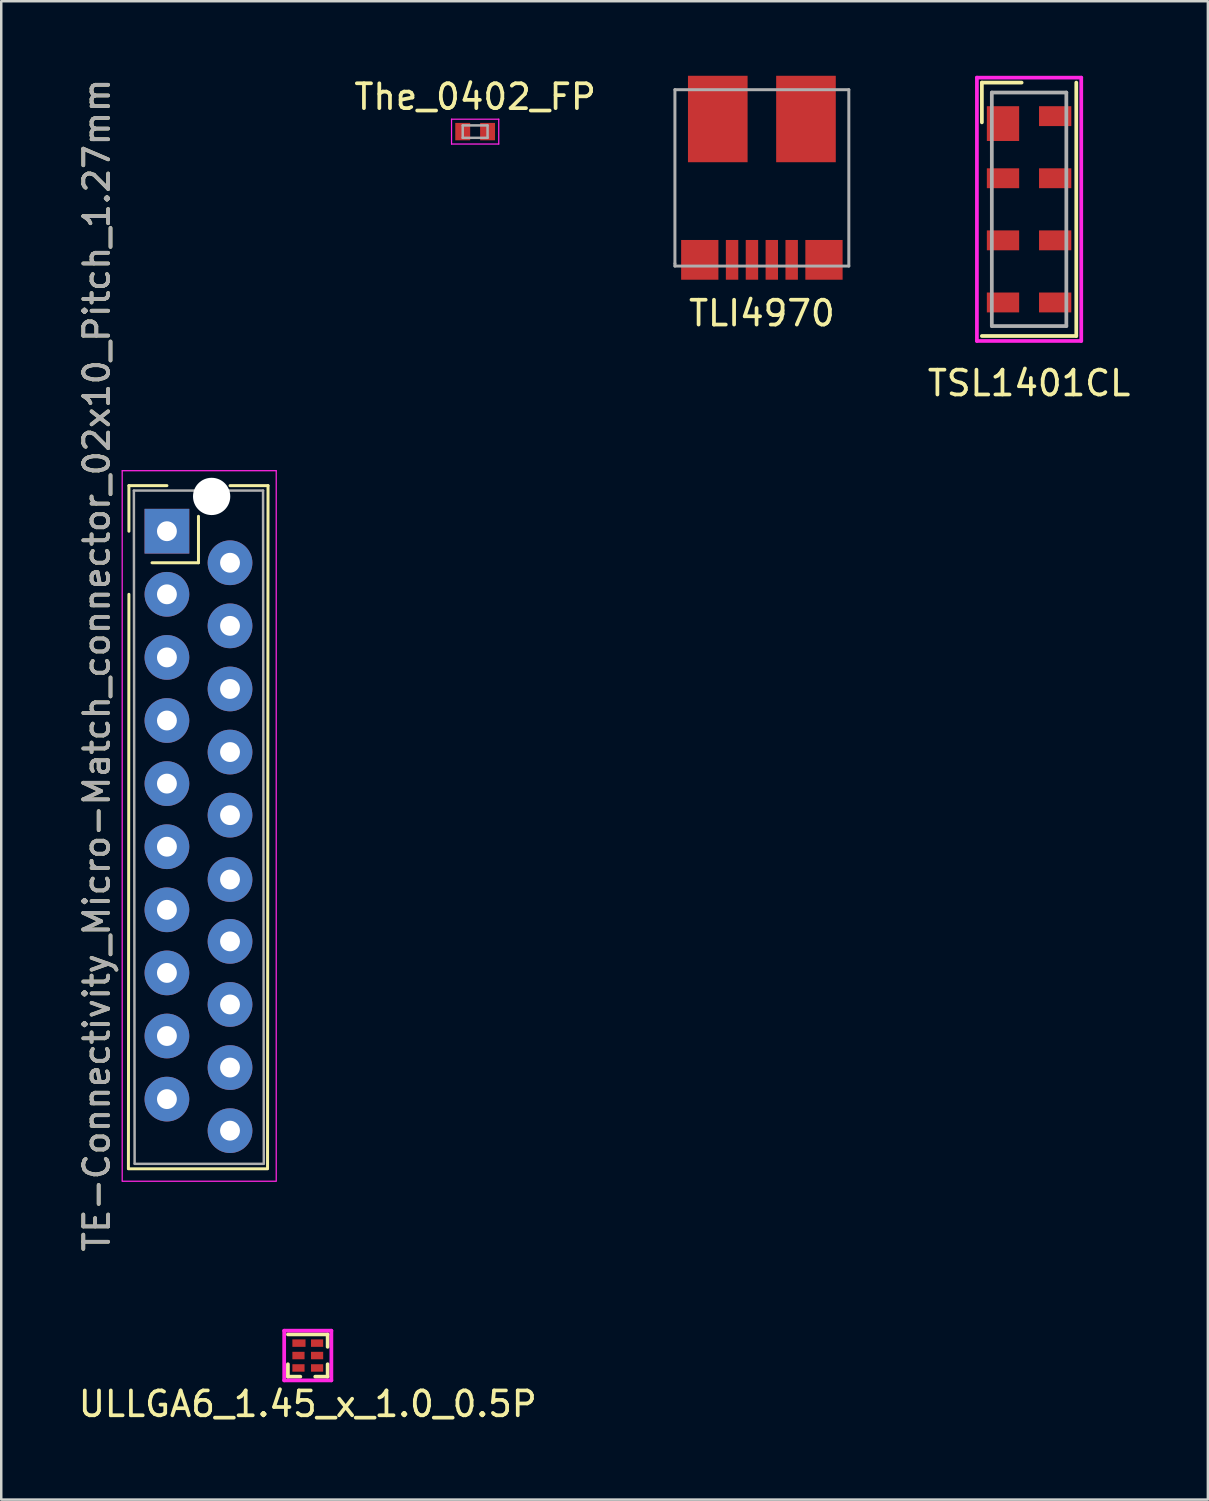
<source format=kicad_pcb>
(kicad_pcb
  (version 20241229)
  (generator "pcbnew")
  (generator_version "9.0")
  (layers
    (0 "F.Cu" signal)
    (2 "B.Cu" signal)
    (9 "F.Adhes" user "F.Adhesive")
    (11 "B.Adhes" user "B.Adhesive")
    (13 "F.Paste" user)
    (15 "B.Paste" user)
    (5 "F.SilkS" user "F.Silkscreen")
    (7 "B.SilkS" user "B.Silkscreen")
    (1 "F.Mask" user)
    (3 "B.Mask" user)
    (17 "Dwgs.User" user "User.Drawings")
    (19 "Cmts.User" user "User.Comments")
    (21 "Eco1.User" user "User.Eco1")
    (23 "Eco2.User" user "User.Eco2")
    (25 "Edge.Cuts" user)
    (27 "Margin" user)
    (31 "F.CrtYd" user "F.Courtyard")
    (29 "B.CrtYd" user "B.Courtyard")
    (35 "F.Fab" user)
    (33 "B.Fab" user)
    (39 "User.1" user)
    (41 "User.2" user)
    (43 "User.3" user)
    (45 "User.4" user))
  (footprint "TE-Connectivity_Micro-Match_connector_02x10_Pitch_1.27mm"
    (layer "F.Cu")
    (at 3.669 18.333)
    (property "Reference" "TE-Connectivity_Micro-Match_connector_02x10_Pitch_1.27mm" (at -2.821 5.388 90) (layer "F.SilkS") (effects (font (size 1 1) (thickness 0.15))))
    (attr through_hole)
    (fp_line (start -1.55 25.665) (end 4.05 25.665) (stroke (width 0.12) (type solid)) (layer "F.SilkS"))
    (fp_line (start -1.53 -1.835) (end 0 -1.835) (stroke (width 0.12) (type solid)) (layer "F.SilkS"))
    (fp_line (start -1.53 0) (end -1.53 -1.835) (stroke (width 0.12) (type solid)) (layer "F.SilkS"))
    (fp_line (start -1.53 2.54) (end -1.55 25.65) (stroke (width 0.12) (type solid)) (layer "F.SilkS"))
    (fp_line (start 1.27 -0.6) (end 1.27 1.27) (stroke (width 0.12) (type solid)) (layer "F.SilkS"))
    (fp_line (start 1.27 1.27) (end -0.6 1.27) (stroke (width 0.12) (type solid)) (layer "F.SilkS"))
    (fp_line (start 2.54 -1.835) (end 4.07 -1.835) (stroke (width 0.12) (type solid)) (layer "F.SilkS"))
    (fp_line (start 4.07 -1.835) (end 4.05 25.65) (stroke (width 0.12) (type solid)) (layer "F.SilkS"))
    (fp_line (start -1.8 -2.435) (end 4.4 -2.435) (stroke (width 0.05) (type solid)) (layer "F.CrtYd"))
    (fp_line (start -1.8 26.15) (end -1.8 -2.435) (stroke (width 0.05) (type solid)) (layer "F.CrtYd"))
    (fp_line (start -1.8 26.165) (end 4.4 26.165) (stroke (width 0.05) (type solid)) (layer "F.CrtYd"))
    (fp_line (start 4.4 26.15) (end 4.4 -2.435) (stroke (width 0.05) (type solid)) (layer "F.CrtYd"))
    (fp_line (start -1.33 -1.635) (end -1.3 25.45) (stroke (width 0.1) (type solid)) (layer "F.Fab"))
    (fp_line (start -1.33 -1.635) (end 3.87 -1.635) (stroke (width 0.1) (type solid)) (layer "F.Fab"))
    (fp_line (start -1.3 25.465) (end 3.9 25.465) (stroke (width 0.1) (type solid)) (layer "F.Fab"))
    (fp_line (start 3.87 -1.635) (end 3.9 25.45) (stroke (width 0.1) (type solid)) (layer "F.Fab"))
    (fp_text user "${REFERENCE}" (at -2.821 5.388 90) (layer "F.Fab") (effects (font (size 1 1) (thickness 0.15))))
    (pad "" np_thru_hole circle (at 1.8 -1.4) (size 1.5 1.5) (drill 1.5) (layers "*.Cu" "*.Mask"))
    (pad "1" thru_hole rect (at 0 0) (size 1.8 1.8) (drill 0.8) (layers "*.Cu" "*.Mask"))
    (pad "2" thru_hole circle (at 2.54 1.27) (size 1.8 1.8) (drill 0.8) (layers "*.Cu" "*.Mask"))
    (pad "3" thru_hole circle (at 0 2.54) (size 1.8 1.8) (drill 0.8) (layers "*.Cu" "*.Mask"))
    (pad "4" thru_hole circle (at 2.54 3.81) (size 1.8 1.8) (drill 0.8) (layers "*.Cu" "*.Mask"))
    (pad "5" thru_hole circle (at 0 5.08) (size 1.8 1.8) (drill 0.8) (layers "*.Cu" "*.Mask"))
    (pad "6" thru_hole circle (at 2.54 6.35) (size 1.8 1.8) (drill 0.8) (layers "*.Cu" "*.Mask"))
    (pad "7" thru_hole circle (at 0 7.62) (size 1.8 1.8) (drill 0.8) (layers "*.Cu" "*.Mask"))
    (pad "8" thru_hole circle (at 2.54 8.89) (size 1.8 1.8) (drill 0.8) (layers "*.Cu" "*.Mask"))
    (pad "9" thru_hole circle (at 0 10.16) (size 1.8 1.8) (drill 0.8) (layers "*.Cu" "*.Mask"))
    (pad "10" thru_hole circle (at 2.54 11.43) (size 1.8 1.8) (drill 0.8) (layers "*.Cu" "*.Mask"))
    (pad "11" thru_hole circle (at 0 12.7) (size 1.8 1.8) (drill 0.8) (layers "*.Cu" "*.Mask"))
    (pad "12" thru_hole circle (at 2.54 14.02) (size 1.8 1.8) (drill 0.8) (layers "*.Cu" "*.Mask"))
    (pad "13" thru_hole circle (at 0 15.24) (size 1.8 1.8) (drill 0.8) (layers "*.Cu" "*.Mask"))
    (pad "14" thru_hole circle (at 2.54 16.51) (size 1.8 1.8) (drill 0.8) (layers "*.Cu" "*.Mask"))
    (pad "15" thru_hole circle (at 0 17.78) (size 1.8 1.8) (drill 0.8) (layers "*.Cu" "*.Mask"))
    (pad "16" thru_hole circle (at 2.54 19.05) (size 1.8 1.8) (drill 0.8) (layers "*.Cu" "*.Mask"))
    (pad "17" thru_hole circle (at 0 20.32) (size 1.8 1.8) (drill 0.8) (layers "*.Cu" "*.Mask"))
    (pad "18" thru_hole circle (at 2.54 21.59) (size 1.8 1.8) (drill 0.8) (layers "*.Cu" "*.Mask"))
    (pad "19" thru_hole circle (at 0 22.86) (size 1.8 1.8) (drill 0.8) (layers "*.Cu" "*.Mask"))
    (pad "20" thru_hole circle (at 2.54 24.13) (size 1.8 1.8) (drill 0.8) (layers "*.Cu" "*.Mask")))
  (footprint "TLI4970"
    (layer "F.Cu")
    (at 27.618 4.06)
    (property "Reference" "TLI4970" (at 0 5.5 0) (layer "F.SilkS") (effects (font (size 1 1) (thickness 0.15))))
    (attr through_hole)
    (fp_line (start -3.5 -3.5) (end 3.5 -3.5) (stroke (width 0.12) (type solid)) (layer "F.Fab"))
    (fp_line (start -3.5 3.5) (end -3.5 -3.5) (stroke (width 0.12) (type solid)) (layer "F.Fab"))
    (fp_line (start -3.5 3.6) (end -3.5 3.5) (stroke (width 0.12) (type solid)) (layer "F.Fab"))
    (fp_line (start 3.5 -3.5) (end 3.5 3.6) (stroke (width 0.12) (type solid)) (layer "F.Fab"))
    (fp_line (start 3.5 3.6) (end -3.5 3.6) (stroke (width 0.12) (type solid)) (layer "F.Fab"))
    (pad "1" smd rect (at -2.5 3.35 180) (size 1.5 1.6) (layers "F.Cu" "F.Mask" "F.Paste"))
    (pad "2" smd rect (at -1.2 3.35 180) (size 0.5 1.6) (layers "F.Cu" "F.Mask" "F.Paste"))
    (pad "3" smd rect (at -0.4 3.35 180) (size 0.5 1.6) (layers "F.Cu" "F.Mask" "F.Paste"))
    (pad "4" smd rect (at 0.4 3.35 180) (size 0.5 1.6) (layers "F.Cu" "F.Mask" "F.Paste"))
    (pad "5" smd rect (at 1.2 3.35 180) (size 0.5 1.6) (layers "F.Cu" "F.Mask" "F.Paste"))
    (pad "6" smd rect (at 2.5 3.35 180) (size 1.5 1.6) (layers "F.Cu" "F.Mask" "F.Paste"))
    (pad "7" smd rect (at 1.775 -2.32 180) (size 2.4 3.48) (layers "F.Cu" "F.Mask" "F.Paste"))
    (pad "8" smd rect (at -1.775 -2.32 180) (size 2.4 3.48) (layers "F.Cu" "F.Mask" "F.Paste")))
  (footprint "The_0402_FP"
    (layer "F.Cu")
    (at 16.076 2.248)
    (property "Reference" "The_0402_FP" (at 0 -1.4 0) (layer "F.SilkS") (effects (font (size 1 1) (thickness 0.15))))
    (attr smd)
    (fp_line (start -0.95 -0.5) (end 0.95 -0.5) (stroke (width 0.05) (type solid)) (layer "F.CrtYd"))
    (fp_line (start -0.95 0.5) (end -0.95 -0.5) (stroke (width 0.05) (type solid)) (layer "F.CrtYd"))
    (fp_line (start 0.95 -0.5) (end 0.95 0.5) (stroke (width 0.05) (type solid)) (layer "F.CrtYd"))
    (fp_line (start 0.95 0.5) (end -0.95 0.5) (stroke (width 0.05) (type solid)) (layer "F.CrtYd"))
    (fp_line (start -0.5 -0.25) (end 0.5 -0.25) (stroke (width 0.1) (type solid)) (layer "F.Fab"))
    (fp_line (start -0.5 0.25) (end -0.5 -0.25) (stroke (width 0.1) (type solid)) (layer "F.Fab"))
    (fp_line (start 0.5 -0.25) (end 0.5 0.25) (stroke (width 0.1) (type solid)) (layer "F.Fab"))
    (fp_line (start 0.5 0.25) (end -0.5 0.25) (stroke (width 0.1) (type solid)) (layer "F.Fab"))
    (pad "1" smd rect (at -0.5 0) (size 0.6 0.7) (layers "F.Cu" "F.Mask" "F.Paste"))
    (pad "2" smd rect (at 0.5 0) (size 0.6 0.7) (layers "F.Cu" "F.Mask" "F.Paste")))
  (footprint "ULLGA6_1.45_x_1.0_0.5P"
    (layer "F.Cu")
    (at 9.339 51.515)
    (property "Reference" "ULLGA6_1.45_x_1.0_0.5P" (at 0 1.95 0) (layer "F.SilkS") (effects (font (size 1 1) (thickness 0.15))))
    (attr smd)
    (fp_line (start -0.8 -0.85) (end 0.8 -0.85) (stroke (width 0.15) (type solid)) (layer "F.SilkS"))
    (fp_line (start -0.8 0.85) (end -0.8 0.35) (stroke (width 0.15) (type solid)) (layer "F.SilkS"))
    (fp_line (start -0.3 0.85) (end -0.8 0.85) (stroke (width 0.15) (type solid)) (layer "F.SilkS"))
    (fp_line (start 0.8 -0.85) (end 0.8 -0.35) (stroke (width 0.15) (type solid)) (layer "F.SilkS"))
    (fp_line (start 0.8 0.35) (end 0.8 0.85) (stroke (width 0.15) (type solid)) (layer "F.SilkS"))
    (fp_line (start 0.8 0.85) (end 0.3 0.85) (stroke (width 0.15) (type solid)) (layer "F.SilkS"))
    (fp_line (start -0.95 -1) (end 0.95 -1) (stroke (width 0.15) (type solid)) (layer "F.CrtYd"))
    (fp_line (start -0.95 1) (end -0.95 -1) (stroke (width 0.15) (type solid)) (layer "F.CrtYd"))
    (fp_line (start 0.95 -1) (end 0.95 1) (stroke (width 0.15) (type solid)) (layer "F.CrtYd"))
    (fp_line (start 0.95 1) (end -0.95 1) (stroke (width 0.15) (type solid)) (layer "F.CrtYd"))
    (pad "1" smd rect (at -0.355 -0.5) (size 0.53 0.3) (layers "F.Cu" "F.Mask" "F.Paste"))
    (pad "2" smd rect (at -0.375 0) (size 0.49 0.3) (layers "F.Cu" "F.Mask" "F.Paste"))
    (pad "3" smd rect (at -0.375 0.5) (size 0.49 0.3) (layers "F.Cu" "F.Mask" "F.Paste"))
    (pad "4" smd rect (at 0.375 0.5) (size 0.49 0.3) (layers "F.Cu" "F.Mask" "F.Paste"))
    (pad "5" smd rect (at 0.375 0) (size 0.49 0.3) (layers "F.Cu" "F.Mask" "F.Paste"))
    (pad "6" smd rect (at 0.375 -0.5) (size 0.49 0.3) (layers "F.Cu" "F.Mask" "F.Paste")))
  (footprint "TSL1401CL"
    (layer "F.Cu")
    (at 38.374 5.375)
    (property "Reference" "TSL1401CL" (at 0 7 0) (layer "F.SilkS") (effects (font (size 1 1) (thickness 0.15))))
    (attr through_hole)
    (fp_line (start -1.9 -5.1) (end -0.3 -5.1) (stroke (width 0.15) (type solid)) (layer "F.SilkS"))
    (fp_line (start -1.9 -3.5) (end -1.9 -5.1) (stroke (width 0.15) (type solid)) (layer "F.SilkS"))
    (fp_line (start 1.9 -5.1) (end 1.9 5.1) (stroke (width 0.15) (type solid)) (layer "F.SilkS"))
    (fp_line (start 1.9 5.1) (end -1.9 5.1) (stroke (width 0.15) (type solid)) (layer "F.SilkS"))
    (fp_line (start -2.1 -5.3) (end 2.1 -5.3) (stroke (width 0.15) (type solid)) (layer "F.CrtYd"))
    (fp_line (start -2.1 5.3) (end -2.1 -5.3) (stroke (width 0.15) (type solid)) (layer "F.CrtYd"))
    (fp_line (start 2.1 -5.3) (end 2.1 5.3) (stroke (width 0.15) (type solid)) (layer "F.CrtYd"))
    (fp_line (start 2.1 5.3) (end -2.1 5.3) (stroke (width 0.15) (type solid)) (layer "F.CrtYd"))
    (fp_line (start -1.5 -4.7) (end 1.5 -4.7) (stroke (width 0.15) (type solid)) (layer "F.Fab"))
    (fp_line (start -1.5 4.7) (end -1.5 -4.7) (stroke (width 0.15) (type solid)) (layer "F.Fab"))
    (fp_line (start 1.5 -4.7) (end 1.5 4.7) (stroke (width 0.15) (type solid)) (layer "F.Fab"))
    (fp_line (start 1.5 4.7) (end -1.5 4.7) (stroke (width 0.15) (type solid)) (layer "F.Fab"))
    (pad "1" smd rect (at -1.05 -3.45) (size 1.3 1.4) (layers "F.Cu" "F.Mask" "F.Paste"))
    (pad "2" smd rect (at -1.05 -1.25) (size 1.3 0.8) (layers "F.Cu" "F.Mask" "F.Paste"))
    (pad "3" smd rect (at -1.05 1.25) (size 1.3 0.8) (layers "F.Cu" "F.Mask" "F.Paste"))
    (pad "4" smd rect (at -1.05 3.75) (size 1.3 0.8) (layers "F.Cu" "F.Mask" "F.Paste"))
    (pad "5" smd rect (at 1.05 3.75) (size 1.3 0.8) (layers "F.Cu" "F.Mask" "F.Paste"))
    (pad "6" smd rect (at 1.05 1.25) (size 1.3 0.8) (layers "F.Cu" "F.Mask" "F.Paste"))
    (pad "7" smd rect (at 1.05 -1.25) (size 1.3 0.8) (layers "F.Cu" "F.Mask" "F.Paste"))
    (pad "8" smd rect (at 1.05 -3.75) (size 1.3 0.8) (layers "F.Cu" "F.Mask" "F.Paste")))
  (gr_rect
    (start -3 -3)
    (end 45.571 57.314)
    (stroke (width 0.1) (type default))
    (fill no)
    (layer "Edge.Cuts")))
</source>
